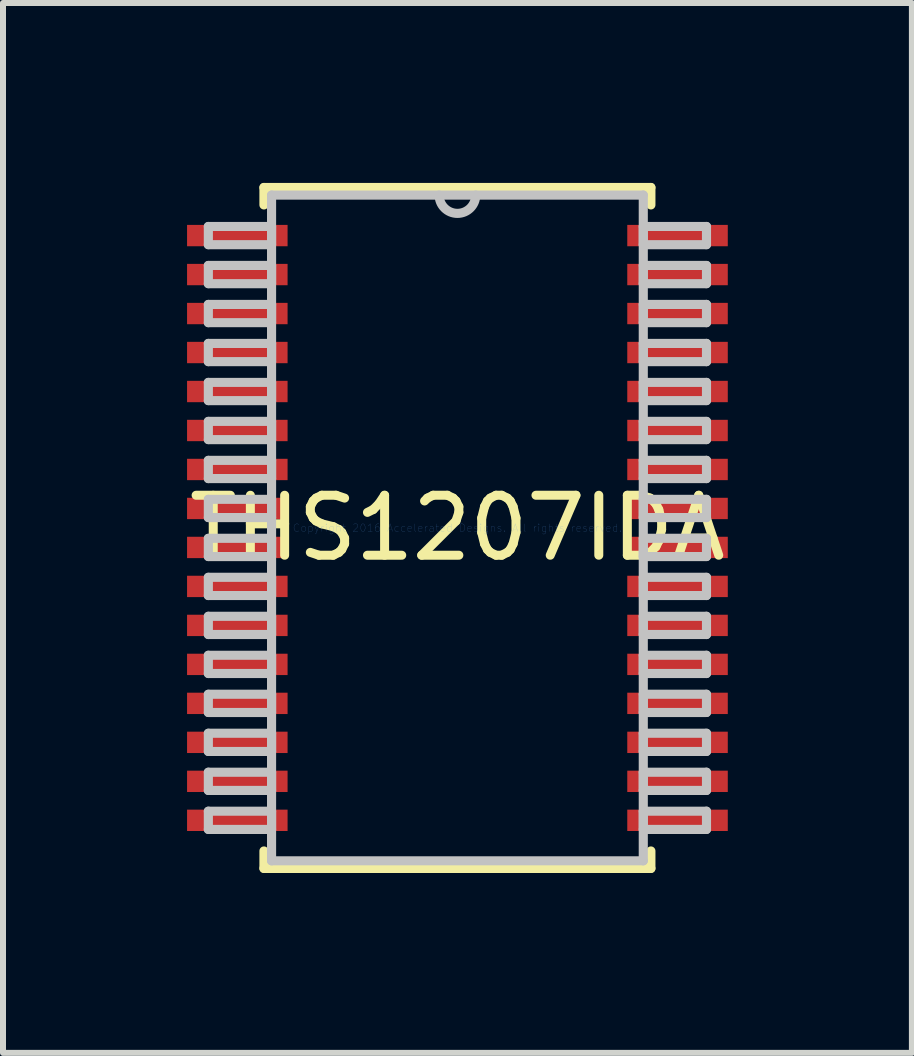
<source format=kicad_pcb>
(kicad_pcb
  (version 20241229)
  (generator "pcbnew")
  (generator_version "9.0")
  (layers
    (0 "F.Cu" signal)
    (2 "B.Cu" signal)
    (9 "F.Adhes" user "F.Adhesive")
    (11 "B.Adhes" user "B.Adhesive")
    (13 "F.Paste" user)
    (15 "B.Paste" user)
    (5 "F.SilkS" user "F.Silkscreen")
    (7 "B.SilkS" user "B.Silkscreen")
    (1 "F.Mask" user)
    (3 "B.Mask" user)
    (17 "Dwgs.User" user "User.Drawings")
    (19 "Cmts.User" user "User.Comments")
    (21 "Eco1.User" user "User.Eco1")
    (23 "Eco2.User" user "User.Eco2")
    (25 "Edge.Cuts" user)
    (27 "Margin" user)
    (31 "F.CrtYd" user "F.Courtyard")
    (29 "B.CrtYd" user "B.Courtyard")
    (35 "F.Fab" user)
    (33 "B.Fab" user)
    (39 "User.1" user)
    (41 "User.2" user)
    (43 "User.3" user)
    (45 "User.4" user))
  (footprint "THS1207IDA"
    (layer "F.Cu")
    (at 4.577 5.753)
    (property "Reference" "THS1207IDA" (at 0 0 0) (layer "F.SilkS") (effects (font (size 1 1) (thickness 0.15))))
    (attr through_hole)
    (fp_line (start -3.226 -5.677) (end -3.226 -5.386) (stroke (width 0.152) (type solid)) (layer "F.SilkS"))
    (fp_line (start -3.226 5.386) (end -3.226 5.677) (stroke (width 0.152) (type solid)) (layer "F.SilkS"))
    (fp_line (start -3.226 5.677) (end 3.226 5.677) (stroke (width 0.152) (type solid)) (layer "F.SilkS"))
    (fp_line (start 3.226 -5.677) (end -3.226 -5.677) (stroke (width 0.152) (type solid)) (layer "F.SilkS"))
    (fp_line (start 3.226 -5.386) (end 3.226 -5.677) (stroke (width 0.152) (type solid)) (layer "F.SilkS"))
    (fp_line (start 3.226 5.677) (end 3.226 5.386) (stroke (width 0.152) (type solid)) (layer "F.SilkS"))
    (fp_line (start -4.153 -5.027) (end -4.153 -4.723) (stroke (width 0.152) (type solid)) (layer "Dwgs.User"))
    (fp_line (start -4.153 -4.723) (end -3.099 -4.723) (stroke (width 0.152) (type solid)) (layer "Dwgs.User"))
    (fp_line (start -4.153 -4.377) (end -4.153 -4.073) (stroke (width 0.152) (type solid)) (layer "Dwgs.User"))
    (fp_line (start -4.153 -4.073) (end -3.099 -4.073) (stroke (width 0.152) (type solid)) (layer "Dwgs.User"))
    (fp_line (start -4.153 -3.727) (end -4.153 -3.423) (stroke (width 0.152) (type solid)) (layer "Dwgs.User"))
    (fp_line (start -4.153 -3.423) (end -3.099 -3.423) (stroke (width 0.152) (type solid)) (layer "Dwgs.User"))
    (fp_line (start -4.153 -3.077) (end -4.153 -2.773) (stroke (width 0.152) (type solid)) (layer "Dwgs.User"))
    (fp_line (start -4.153 -2.773) (end -3.099 -2.773) (stroke (width 0.152) (type solid)) (layer "Dwgs.User"))
    (fp_line (start -4.153 -2.427) (end -4.153 -2.123) (stroke (width 0.152) (type solid)) (layer "Dwgs.User"))
    (fp_line (start -4.153 -2.123) (end -3.099 -2.123) (stroke (width 0.152) (type solid)) (layer "Dwgs.User"))
    (fp_line (start -4.153 -1.777) (end -4.153 -1.473) (stroke (width 0.152) (type solid)) (layer "Dwgs.User"))
    (fp_line (start -4.153 -1.473) (end -3.099 -1.473) (stroke (width 0.152) (type solid)) (layer "Dwgs.User"))
    (fp_line (start -4.153 -1.127) (end -4.153 -0.823) (stroke (width 0.152) (type solid)) (layer "Dwgs.User"))
    (fp_line (start -4.153 -0.823) (end -3.099 -0.823) (stroke (width 0.152) (type solid)) (layer "Dwgs.User"))
    (fp_line (start -4.153 -0.477) (end -4.153 -0.173) (stroke (width 0.152) (type solid)) (layer "Dwgs.User"))
    (fp_line (start -4.153 -0.173) (end -3.099 -0.173) (stroke (width 0.152) (type solid)) (layer "Dwgs.User"))
    (fp_line (start -4.153 0.173) (end -4.153 0.477) (stroke (width 0.152) (type solid)) (layer "Dwgs.User"))
    (fp_line (start -4.153 0.477) (end -3.099 0.477) (stroke (width 0.152) (type solid)) (layer "Dwgs.User"))
    (fp_line (start -4.153 0.823) (end -4.153 1.127) (stroke (width 0.152) (type solid)) (layer "Dwgs.User"))
    (fp_line (start -4.153 1.127) (end -3.099 1.127) (stroke (width 0.152) (type solid)) (layer "Dwgs.User"))
    (fp_line (start -4.153 1.473) (end -4.153 1.777) (stroke (width 0.152) (type solid)) (layer "Dwgs.User"))
    (fp_line (start -4.153 1.777) (end -3.099 1.777) (stroke (width 0.152) (type solid)) (layer "Dwgs.User"))
    (fp_line (start -4.153 2.123) (end -4.153 2.427) (stroke (width 0.152) (type solid)) (layer "Dwgs.User"))
    (fp_line (start -4.153 2.427) (end -3.099 2.427) (stroke (width 0.152) (type solid)) (layer "Dwgs.User"))
    (fp_line (start -4.153 2.773) (end -4.153 3.077) (stroke (width 0.152) (type solid)) (layer "Dwgs.User"))
    (fp_line (start -4.153 3.077) (end -3.099 3.077) (stroke (width 0.152) (type solid)) (layer "Dwgs.User"))
    (fp_line (start -4.153 3.423) (end -4.153 3.727) (stroke (width 0.152) (type solid)) (layer "Dwgs.User"))
    (fp_line (start -4.153 3.727) (end -3.099 3.727) (stroke (width 0.152) (type solid)) (layer "Dwgs.User"))
    (fp_line (start -4.153 4.073) (end -4.153 4.377) (stroke (width 0.152) (type solid)) (layer "Dwgs.User"))
    (fp_line (start -4.153 4.377) (end -3.099 4.377) (stroke (width 0.152) (type solid)) (layer "Dwgs.User"))
    (fp_line (start -4.153 4.723) (end -4.153 5.027) (stroke (width 0.152) (type solid)) (layer "Dwgs.User"))
    (fp_line (start -4.153 5.027) (end -3.099 5.027) (stroke (width 0.152) (type solid)) (layer "Dwgs.User"))
    (fp_line (start -3.099 -5.55) (end -3.099 5.55) (stroke (width 0.152) (type solid)) (layer "Dwgs.User"))
    (fp_line (start -3.099 -5.027) (end -4.153 -5.027) (stroke (width 0.152) (type solid)) (layer "Dwgs.User"))
    (fp_line (start -3.099 -4.723) (end -3.099 -5.027) (stroke (width 0.152) (type solid)) (layer "Dwgs.User"))
    (fp_line (start -3.099 -4.377) (end -4.153 -4.377) (stroke (width 0.152) (type solid)) (layer "Dwgs.User"))
    (fp_line (start -3.099 -4.073) (end -3.099 -4.377) (stroke (width 0.152) (type solid)) (layer "Dwgs.User"))
    (fp_line (start -3.099 -3.727) (end -4.153 -3.727) (stroke (width 0.152) (type solid)) (layer "Dwgs.User"))
    (fp_line (start -3.099 -3.423) (end -3.099 -3.727) (stroke (width 0.152) (type solid)) (layer "Dwgs.User"))
    (fp_line (start -3.099 -3.077) (end -4.153 -3.077) (stroke (width 0.152) (type solid)) (layer "Dwgs.User"))
    (fp_line (start -3.099 -2.773) (end -3.099 -3.077) (stroke (width 0.152) (type solid)) (layer "Dwgs.User"))
    (fp_line (start -3.099 -2.427) (end -4.153 -2.427) (stroke (width 0.152) (type solid)) (layer "Dwgs.User"))
    (fp_line (start -3.099 -2.123) (end -3.099 -2.427) (stroke (width 0.152) (type solid)) (layer "Dwgs.User"))
    (fp_line (start -3.099 -1.777) (end -4.153 -1.777) (stroke (width 0.152) (type solid)) (layer "Dwgs.User"))
    (fp_line (start -3.099 -1.473) (end -3.099 -1.777) (stroke (width 0.152) (type solid)) (layer "Dwgs.User"))
    (fp_line (start -3.099 -1.127) (end -4.153 -1.127) (stroke (width 0.152) (type solid)) (layer "Dwgs.User"))
    (fp_line (start -3.099 -0.823) (end -3.099 -1.127) (stroke (width 0.152) (type solid)) (layer "Dwgs.User"))
    (fp_line (start -3.099 -0.477) (end -4.153 -0.477) (stroke (width 0.152) (type solid)) (layer "Dwgs.User"))
    (fp_line (start -3.099 -0.173) (end -3.099 -0.477) (stroke (width 0.152) (type solid)) (layer "Dwgs.User"))
    (fp_line (start -3.099 0.173) (end -4.153 0.173) (stroke (width 0.152) (type solid)) (layer "Dwgs.User"))
    (fp_line (start -3.099 0.477) (end -3.099 0.173) (stroke (width 0.152) (type solid)) (layer "Dwgs.User"))
    (fp_line (start -3.099 0.823) (end -4.153 0.823) (stroke (width 0.152) (type solid)) (layer "Dwgs.User"))
    (fp_line (start -3.099 1.127) (end -3.099 0.823) (stroke (width 0.152) (type solid)) (layer "Dwgs.User"))
    (fp_line (start -3.099 1.473) (end -4.153 1.473) (stroke (width 0.152) (type solid)) (layer "Dwgs.User"))
    (fp_line (start -3.099 1.777) (end -3.099 1.473) (stroke (width 0.152) (type solid)) (layer "Dwgs.User"))
    (fp_line (start -3.099 2.123) (end -4.153 2.123) (stroke (width 0.152) (type solid)) (layer "Dwgs.User"))
    (fp_line (start -3.099 2.427) (end -3.099 2.123) (stroke (width 0.152) (type solid)) (layer "Dwgs.User"))
    (fp_line (start -3.099 2.773) (end -4.153 2.773) (stroke (width 0.152) (type solid)) (layer "Dwgs.User"))
    (fp_line (start -3.099 3.077) (end -3.099 2.773) (stroke (width 0.152) (type solid)) (layer "Dwgs.User"))
    (fp_line (start -3.099 3.423) (end -4.153 3.423) (stroke (width 0.152) (type solid)) (layer "Dwgs.User"))
    (fp_line (start -3.099 3.727) (end -3.099 3.423) (stroke (width 0.152) (type solid)) (layer "Dwgs.User"))
    (fp_line (start -3.099 4.073) (end -4.153 4.073) (stroke (width 0.152) (type solid)) (layer "Dwgs.User"))
    (fp_line (start -3.099 4.377) (end -3.099 4.073) (stroke (width 0.152) (type solid)) (layer "Dwgs.User"))
    (fp_line (start -3.099 4.723) (end -4.153 4.723) (stroke (width 0.152) (type solid)) (layer "Dwgs.User"))
    (fp_line (start -3.099 5.027) (end -3.099 4.723) (stroke (width 0.152) (type solid)) (layer "Dwgs.User"))
    (fp_line (start -3.099 5.55) (end 3.099 5.55) (stroke (width 0.152) (type solid)) (layer "Dwgs.User"))
    (fp_line (start 3.099 -5.55) (end -3.099 -5.55) (stroke (width 0.152) (type solid)) (layer "Dwgs.User"))
    (fp_line (start 3.099 -5.027) (end 3.099 -4.723) (stroke (width 0.152) (type solid)) (layer "Dwgs.User"))
    (fp_line (start 3.099 -4.723) (end 4.153 -4.723) (stroke (width 0.152) (type solid)) (layer "Dwgs.User"))
    (fp_line (start 3.099 -4.377) (end 3.099 -4.073) (stroke (width 0.152) (type solid)) (layer "Dwgs.User"))
    (fp_line (start 3.099 -4.073) (end 4.153 -4.073) (stroke (width 0.152) (type solid)) (layer "Dwgs.User"))
    (fp_line (start 3.099 -3.727) (end 3.099 -3.423) (stroke (width 0.152) (type solid)) (layer "Dwgs.User"))
    (fp_line (start 3.099 -3.423) (end 4.153 -3.423) (stroke (width 0.152) (type solid)) (layer "Dwgs.User"))
    (fp_line (start 3.099 -3.077) (end 3.099 -2.773) (stroke (width 0.152) (type solid)) (layer "Dwgs.User"))
    (fp_line (start 3.099 -2.773) (end 4.153 -2.773) (stroke (width 0.152) (type solid)) (layer "Dwgs.User"))
    (fp_line (start 3.099 -2.427) (end 3.099 -2.123) (stroke (width 0.152) (type solid)) (layer "Dwgs.User"))
    (fp_line (start 3.099 -2.123) (end 4.153 -2.123) (stroke (width 0.152) (type solid)) (layer "Dwgs.User"))
    (fp_line (start 3.099 -1.777) (end 3.099 -1.473) (stroke (width 0.152) (type solid)) (layer "Dwgs.User"))
    (fp_line (start 3.099 -1.473) (end 4.153 -1.473) (stroke (width 0.152) (type solid)) (layer "Dwgs.User"))
    (fp_line (start 3.099 -1.127) (end 3.099 -0.823) (stroke (width 0.152) (type solid)) (layer "Dwgs.User"))
    (fp_line (start 3.099 -0.823) (end 4.153 -0.823) (stroke (width 0.152) (type solid)) (layer "Dwgs.User"))
    (fp_line (start 3.099 -0.477) (end 3.099 -0.173) (stroke (width 0.152) (type solid)) (layer "Dwgs.User"))
    (fp_line (start 3.099 -0.173) (end 4.153 -0.173) (stroke (width 0.152) (type solid)) (layer "Dwgs.User"))
    (fp_line (start 3.099 0.173) (end 3.099 0.477) (stroke (width 0.152) (type solid)) (layer "Dwgs.User"))
    (fp_line (start 3.099 0.477) (end 4.153 0.477) (stroke (width 0.152) (type solid)) (layer "Dwgs.User"))
    (fp_line (start 3.099 0.823) (end 3.099 1.127) (stroke (width 0.152) (type solid)) (layer "Dwgs.User"))
    (fp_line (start 3.099 1.127) (end 4.153 1.127) (stroke (width 0.152) (type solid)) (layer "Dwgs.User"))
    (fp_line (start 3.099 1.473) (end 3.099 1.777) (stroke (width 0.152) (type solid)) (layer "Dwgs.User"))
    (fp_line (start 3.099 1.777) (end 4.153 1.777) (stroke (width 0.152) (type solid)) (layer "Dwgs.User"))
    (fp_line (start 3.099 2.123) (end 3.099 2.427) (stroke (width 0.152) (type solid)) (layer "Dwgs.User"))
    (fp_line (start 3.099 2.427) (end 4.153 2.427) (stroke (width 0.152) (type solid)) (layer "Dwgs.User"))
    (fp_line (start 3.099 2.773) (end 3.099 3.077) (stroke (width 0.152) (type solid)) (layer "Dwgs.User"))
    (fp_line (start 3.099 3.077) (end 4.153 3.077) (stroke (width 0.152) (type solid)) (layer "Dwgs.User"))
    (fp_line (start 3.099 3.423) (end 3.099 3.727) (stroke (width 0.152) (type solid)) (layer "Dwgs.User"))
    (fp_line (start 3.099 3.727) (end 4.153 3.727) (stroke (width 0.152) (type solid)) (layer "Dwgs.User"))
    (fp_line (start 3.099 4.073) (end 3.099 4.377) (stroke (width 0.152) (type solid)) (layer "Dwgs.User"))
    (fp_line (start 3.099 4.377) (end 4.153 4.377) (stroke (width 0.152) (type solid)) (layer "Dwgs.User"))
    (fp_line (start 3.099 4.723) (end 3.099 5.027) (stroke (width 0.152) (type solid)) (layer "Dwgs.User"))
    (fp_line (start 3.099 5.027) (end 4.153 5.027) (stroke (width 0.152) (type solid)) (layer "Dwgs.User"))
    (fp_line (start 3.099 5.55) (end 3.099 -5.55) (stroke (width 0.152) (type solid)) (layer "Dwgs.User"))
    (fp_line (start 4.153 -5.027) (end 3.099 -5.027) (stroke (width 0.152) (type solid)) (layer "Dwgs.User"))
    (fp_line (start 4.153 -4.723) (end 4.153 -5.027) (stroke (width 0.152) (type solid)) (layer "Dwgs.User"))
    (fp_line (start 4.153 -4.377) (end 3.099 -4.377) (stroke (width 0.152) (type solid)) (layer "Dwgs.User"))
    (fp_line (start 4.153 -4.073) (end 4.153 -4.377) (stroke (width 0.152) (type solid)) (layer "Dwgs.User"))
    (fp_line (start 4.153 -3.727) (end 3.099 -3.727) (stroke (width 0.152) (type solid)) (layer "Dwgs.User"))
    (fp_line (start 4.153 -3.423) (end 4.153 -3.727) (stroke (width 0.152) (type solid)) (layer "Dwgs.User"))
    (fp_line (start 4.153 -3.077) (end 3.099 -3.077) (stroke (width 0.152) (type solid)) (layer "Dwgs.User"))
    (fp_line (start 4.153 -2.773) (end 4.153 -3.077) (stroke (width 0.152) (type solid)) (layer "Dwgs.User"))
    (fp_line (start 4.153 -2.427) (end 3.099 -2.427) (stroke (width 0.152) (type solid)) (layer "Dwgs.User"))
    (fp_line (start 4.153 -2.123) (end 4.153 -2.427) (stroke (width 0.152) (type solid)) (layer "Dwgs.User"))
    (fp_line (start 4.153 -1.777) (end 3.099 -1.777) (stroke (width 0.152) (type solid)) (layer "Dwgs.User"))
    (fp_line (start 4.153 -1.473) (end 4.153 -1.777) (stroke (width 0.152) (type solid)) (layer "Dwgs.User"))
    (fp_line (start 4.153 -1.127) (end 3.099 -1.127) (stroke (width 0.152) (type solid)) (layer "Dwgs.User"))
    (fp_line (start 4.153 -0.823) (end 4.153 -1.127) (stroke (width 0.152) (type solid)) (layer "Dwgs.User"))
    (fp_line (start 4.153 -0.477) (end 3.099 -0.477) (stroke (width 0.152) (type solid)) (layer "Dwgs.User"))
    (fp_line (start 4.153 -0.173) (end 4.153 -0.477) (stroke (width 0.152) (type solid)) (layer "Dwgs.User"))
    (fp_line (start 4.153 0.173) (end 3.099 0.173) (stroke (width 0.152) (type solid)) (layer "Dwgs.User"))
    (fp_line (start 4.153 0.477) (end 4.153 0.173) (stroke (width 0.152) (type solid)) (layer "Dwgs.User"))
    (fp_line (start 4.153 0.823) (end 3.099 0.823) (stroke (width 0.152) (type solid)) (layer "Dwgs.User"))
    (fp_line (start 4.153 1.127) (end 4.153 0.823) (stroke (width 0.152) (type solid)) (layer "Dwgs.User"))
    (fp_line (start 4.153 1.473) (end 3.099 1.473) (stroke (width 0.152) (type solid)) (layer "Dwgs.User"))
    (fp_line (start 4.153 1.777) (end 4.153 1.473) (stroke (width 0.152) (type solid)) (layer "Dwgs.User"))
    (fp_line (start 4.153 2.123) (end 3.099 2.123) (stroke (width 0.152) (type solid)) (layer "Dwgs.User"))
    (fp_line (start 4.153 2.427) (end 4.153 2.123) (stroke (width 0.152) (type solid)) (layer "Dwgs.User"))
    (fp_line (start 4.153 2.773) (end 3.099 2.773) (stroke (width 0.152) (type solid)) (layer "Dwgs.User"))
    (fp_line (start 4.153 3.077) (end 4.153 2.773) (stroke (width 0.152) (type solid)) (layer "Dwgs.User"))
    (fp_line (start 4.153 3.423) (end 3.099 3.423) (stroke (width 0.152) (type solid)) (layer "Dwgs.User"))
    (fp_line (start 4.153 3.727) (end 4.153 3.423) (stroke (width 0.152) (type solid)) (layer "Dwgs.User"))
    (fp_line (start 4.153 4.073) (end 3.099 4.073) (stroke (width 0.152) (type solid)) (layer "Dwgs.User"))
    (fp_line (start 4.153 4.377) (end 4.153 4.073) (stroke (width 0.152) (type solid)) (layer "Dwgs.User"))
    (fp_line (start 4.153 4.723) (end 3.099 4.723) (stroke (width 0.152) (type solid)) (layer "Dwgs.User"))
    (fp_line (start 4.153 5.027) (end 4.153 4.723) (stroke (width 0.152) (type solid)) (layer "Dwgs.User"))
    (fp_arc (start 0.3048 -5.5499) (mid 0 -5.2451) (end -0.3048 -5.5499) (stroke (width 0.1524) (type solid)) (layer "Dwgs.User"))
    (fp_text user "Copyright 2016 Accelerated Designs. All rights reserved." (at 0 0 0) (layer "Cmts.User") (effects (font (size 0.127 0.127) (thickness 0.002))))
    (pad "1" smd rect (at -3.67 -4.875) (size 1.676 0.356) (layers "F.Cu" "F.Mask" "F.Paste"))
    (pad "2" smd rect (at -3.67 -4.225) (size 1.676 0.356) (layers "F.Cu" "F.Mask" "F.Paste"))
    (pad "3" smd rect (at -3.67 -3.575) (size 1.676 0.356) (layers "F.Cu" "F.Mask" "F.Paste"))
    (pad "4" smd rect (at -3.67 -2.925) (size 1.676 0.356) (layers "F.Cu" "F.Mask" "F.Paste"))
    (pad "5" smd rect (at -3.67 -2.275) (size 1.676 0.356) (layers "F.Cu" "F.Mask" "F.Paste"))
    (pad "6" smd rect (at -3.67 -1.625) (size 1.676 0.356) (layers "F.Cu" "F.Mask" "F.Paste"))
    (pad "7" smd rect (at -3.67 -0.975) (size 1.676 0.356) (layers "F.Cu" "F.Mask" "F.Paste"))
    (pad "8" smd rect (at -3.67 -0.325) (size 1.676 0.356) (layers "F.Cu" "F.Mask" "F.Paste"))
    (pad "9" smd rect (at -3.67 0.325) (size 1.676 0.356) (layers "F.Cu" "F.Mask" "F.Paste"))
    (pad "10" smd rect (at -3.67 0.975) (size 1.676 0.356) (layers "F.Cu" "F.Mask" "F.Paste"))
    (pad "11" smd rect (at -3.67 1.625) (size 1.676 0.356) (layers "F.Cu" "F.Mask" "F.Paste"))
    (pad "12" smd rect (at -3.67 2.275) (size 1.676 0.356) (layers "F.Cu" "F.Mask" "F.Paste"))
    (pad "13" smd rect (at -3.67 2.925) (size 1.676 0.356) (layers "F.Cu" "F.Mask" "F.Paste"))
    (pad "14" smd rect (at -3.67 3.575) (size 1.676 0.356) (layers "F.Cu" "F.Mask" "F.Paste"))
    (pad "15" smd rect (at -3.67 4.225) (size 1.676 0.356) (layers "F.Cu" "F.Mask" "F.Paste"))
    (pad "16" smd rect (at -3.67 4.875) (size 1.676 0.356) (layers "F.Cu" "F.Mask" "F.Paste"))
    (pad "17" smd rect (at 3.67 4.875) (size 1.676 0.356) (layers "F.Cu" "F.Mask" "F.Paste"))
    (pad "18" smd rect (at 3.67 4.225) (size 1.676 0.356) (layers "F.Cu" "F.Mask" "F.Paste"))
    (pad "19" smd rect (at 3.67 3.575) (size 1.676 0.356) (layers "F.Cu" "F.Mask" "F.Paste"))
    (pad "20" smd rect (at 3.67 2.925) (size 1.676 0.356) (layers "F.Cu" "F.Mask" "F.Paste"))
    (pad "21" smd rect (at 3.67 2.275) (size 1.676 0.356) (layers "F.Cu" "F.Mask" "F.Paste"))
    (pad "22" smd rect (at 3.67 1.625) (size 1.676 0.356) (layers "F.Cu" "F.Mask" "F.Paste"))
    (pad "23" smd rect (at 3.67 0.975) (size 1.676 0.356) (layers "F.Cu" "F.Mask" "F.Paste"))
    (pad "24" smd rect (at 3.67 0.325) (size 1.676 0.356) (layers "F.Cu" "F.Mask" "F.Paste"))
    (pad "25" smd rect (at 3.67 -0.325) (size 1.676 0.356) (layers "F.Cu" "F.Mask" "F.Paste"))
    (pad "26" smd rect (at 3.67 -0.975) (size 1.676 0.356) (layers "F.Cu" "F.Mask" "F.Paste"))
    (pad "27" smd rect (at 3.67 -1.625) (size 1.676 0.356) (layers "F.Cu" "F.Mask" "F.Paste"))
    (pad "28" smd rect (at 3.67 -2.275) (size 1.676 0.356) (layers "F.Cu" "F.Mask" "F.Paste"))
    (pad "29" smd rect (at 3.67 -2.925) (size 1.676 0.356) (layers "F.Cu" "F.Mask" "F.Paste"))
    (pad "30" smd rect (at 3.67 -3.575) (size 1.676 0.356) (layers "F.Cu" "F.Mask" "F.Paste"))
    (pad "31" smd rect (at 3.67 -4.225) (size 1.676 0.356) (layers "F.Cu" "F.Mask" "F.Paste"))
    (pad "32" smd rect (at 3.67 -4.875) (size 1.676 0.356) (layers "F.Cu" "F.Mask" "F.Paste")))
  (gr_rect
    (start -3 -3)
    (end 12.155 14.506)
    (stroke (width 0.1) (type default))
    (fill no)
    (layer "Edge.Cuts")))
</source>
